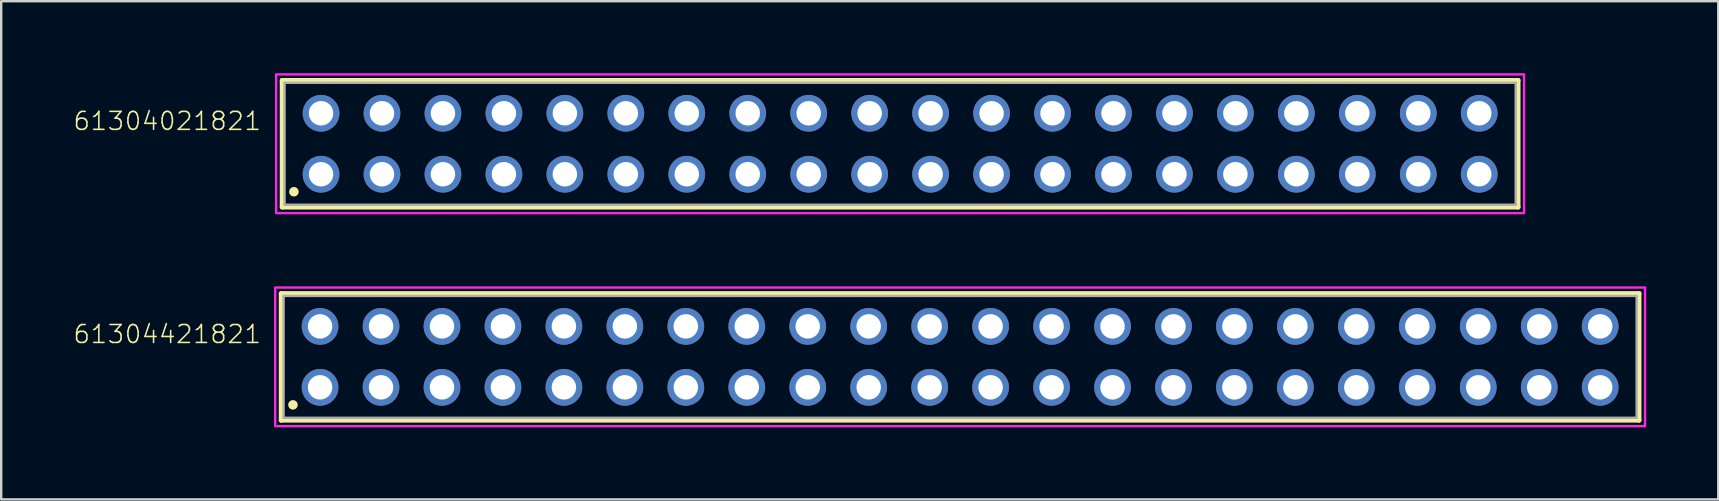
<source format=kicad_pcb>
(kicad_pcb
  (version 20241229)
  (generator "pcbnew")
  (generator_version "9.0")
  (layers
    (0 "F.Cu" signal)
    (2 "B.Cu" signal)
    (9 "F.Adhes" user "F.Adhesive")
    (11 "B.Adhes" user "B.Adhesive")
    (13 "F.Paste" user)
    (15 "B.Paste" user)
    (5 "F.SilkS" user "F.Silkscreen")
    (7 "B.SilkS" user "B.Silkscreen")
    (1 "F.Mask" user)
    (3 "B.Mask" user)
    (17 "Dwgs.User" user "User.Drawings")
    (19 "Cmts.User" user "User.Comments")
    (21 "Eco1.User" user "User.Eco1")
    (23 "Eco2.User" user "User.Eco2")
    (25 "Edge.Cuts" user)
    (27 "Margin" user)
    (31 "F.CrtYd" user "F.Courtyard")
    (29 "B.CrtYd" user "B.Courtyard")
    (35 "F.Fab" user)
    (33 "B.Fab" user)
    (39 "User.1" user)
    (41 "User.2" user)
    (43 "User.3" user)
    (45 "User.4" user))
  (footprint "61304021821"
    (layer "F.Cu")
    (at 34.457 2.94)
    (property "Reference" "61304021821" (at -26.578 -0.506 0) (unlocked yes) (layer "F.SilkS") (effects (font (size 0.748 0.748) (thickness 0.065)) (justify right bottom)))
    (fp_line (start -25.75 -2.64) (end 25.75 -2.64) (stroke (width 0.2) (type solid)) (layer "F.SilkS"))
    (fp_line (start -25.75 2.64) (end -25.75 -2.64) (stroke (width 0.2) (type solid)) (layer "F.SilkS"))
    (fp_line (start 25.75 -2.64) (end 25.75 2.64) (stroke (width 0.2) (type solid)) (layer "F.SilkS"))
    (fp_line (start 25.75 2.64) (end -25.75 2.64) (stroke (width 0.2) (type solid)) (layer "F.SilkS"))
    (fp_circle (center -25.26 2) (end -25.16 2) (stroke (width 0.2) (type solid)) (fill no) (layer "F.SilkS"))
    (fp_poly (pts (xy 26 2.89) (xy -26 2.89) (xy -26 -2.89) (xy 26 -2.89)) (stroke (width 0.1) (type default)) (fill no) (layer "F.CrtYd"))
    (fp_line (start -25.65 -2.54) (end -25.65 2.54) (stroke (width 0.1) (type solid)) (layer "F.Fab"))
    (fp_line (start -25.65 2.54) (end 25.65 2.54) (stroke (width 0.1) (type solid)) (layer "F.Fab"))
    (fp_line (start 25.65 -2.54) (end -25.65 -2.54) (stroke (width 0.1) (type solid)) (layer "F.Fab"))
    (fp_line (start 25.65 2.54) (end 25.65 -2.54) (stroke (width 0.1) (type solid)) (layer "F.Fab"))
    (pad "1" thru_hole circle (at -24.13 1.27) (size 1.53 1.53) (drill 1.02) (layers "*.Cu" "*.Mask"))
    (pad "2" thru_hole circle (at -24.13 -1.27) (size 1.53 1.53) (drill 1.02) (layers "*.Cu" "*.Mask"))
    (pad "3" thru_hole circle (at -21.59 1.27) (size 1.53 1.53) (drill 1.02) (layers "*.Cu" "*.Mask"))
    (pad "4" thru_hole circle (at -21.59 -1.27) (size 1.53 1.53) (drill 1.02) (layers "*.Cu" "*.Mask"))
    (pad "5" thru_hole circle (at -19.05 1.27) (size 1.53 1.53) (drill 1.02) (layers "*.Cu" "*.Mask"))
    (pad "6" thru_hole circle (at -19.05 -1.27) (size 1.53 1.53) (drill 1.02) (layers "*.Cu" "*.Mask"))
    (pad "7" thru_hole circle (at -16.51 1.27) (size 1.53 1.53) (drill 1.02) (layers "*.Cu" "*.Mask"))
    (pad "8" thru_hole circle (at -16.51 -1.27) (size 1.53 1.53) (drill 1.02) (layers "*.Cu" "*.Mask"))
    (pad "9" thru_hole circle (at -13.97 1.27) (size 1.53 1.53) (drill 1.02) (layers "*.Cu" "*.Mask"))
    (pad "10" thru_hole circle (at -13.97 -1.27) (size 1.53 1.53) (drill 1.02) (layers "*.Cu" "*.Mask"))
    (pad "11" thru_hole circle (at -11.43 1.27) (size 1.53 1.53) (drill 1.02) (layers "*.Cu" "*.Mask"))
    (pad "12" thru_hole circle (at -11.43 -1.27) (size 1.53 1.53) (drill 1.02) (layers "*.Cu" "*.Mask"))
    (pad "13" thru_hole circle (at -8.89 1.27) (size 1.53 1.53) (drill 1.02) (layers "*.Cu" "*.Mask"))
    (pad "14" thru_hole circle (at -8.89 -1.27) (size 1.53 1.53) (drill 1.02) (layers "*.Cu" "*.Mask"))
    (pad "15" thru_hole circle (at -6.35 1.27) (size 1.53 1.53) (drill 1.02) (layers "*.Cu" "*.Mask"))
    (pad "16" thru_hole circle (at -6.35 -1.27) (size 1.53 1.53) (drill 1.02) (layers "*.Cu" "*.Mask"))
    (pad "17" thru_hole circle (at -3.81 1.27) (size 1.53 1.53) (drill 1.02) (layers "*.Cu" "*.Mask"))
    (pad "18" thru_hole circle (at -3.81 -1.27) (size 1.53 1.53) (drill 1.02) (layers "*.Cu" "*.Mask"))
    (pad "19" thru_hole circle (at -1.27 1.27) (size 1.53 1.53) (drill 1.02) (layers "*.Cu" "*.Mask"))
    (pad "20" thru_hole circle (at -1.27 -1.27) (size 1.53 1.53) (drill 1.02) (layers "*.Cu" "*.Mask"))
    (pad "21" thru_hole circle (at 1.27 1.27) (size 1.53 1.53) (drill 1.02) (layers "*.Cu" "*.Mask"))
    (pad "22" thru_hole circle (at 1.27 -1.27) (size 1.53 1.53) (drill 1.02) (layers "*.Cu" "*.Mask"))
    (pad "23" thru_hole circle (at 3.81 1.27) (size 1.53 1.53) (drill 1.02) (layers "*.Cu" "*.Mask"))
    (pad "24" thru_hole circle (at 3.81 -1.27) (size 1.53 1.53) (drill 1.02) (layers "*.Cu" "*.Mask"))
    (pad "25" thru_hole circle (at 6.35 1.27) (size 1.53 1.53) (drill 1.02) (layers "*.Cu" "*.Mask"))
    (pad "26" thru_hole circle (at 6.35 -1.27) (size 1.53 1.53) (drill 1.02) (layers "*.Cu" "*.Mask"))
    (pad "27" thru_hole circle (at 8.89 1.27) (size 1.53 1.53) (drill 1.02) (layers "*.Cu" "*.Mask"))
    (pad "28" thru_hole circle (at 8.89 -1.27) (size 1.53 1.53) (drill 1.02) (layers "*.Cu" "*.Mask"))
    (pad "29" thru_hole circle (at 11.43 1.27) (size 1.53 1.53) (drill 1.02) (layers "*.Cu" "*.Mask"))
    (pad "30" thru_hole circle (at 11.43 -1.27) (size 1.53 1.53) (drill 1.02) (layers "*.Cu" "*.Mask"))
    (pad "31" thru_hole circle (at 13.97 1.27) (size 1.53 1.53) (drill 1.02) (layers "*.Cu" "*.Mask"))
    (pad "32" thru_hole circle (at 13.97 -1.27) (size 1.53 1.53) (drill 1.02) (layers "*.Cu" "*.Mask"))
    (pad "33" thru_hole circle (at 16.51 1.27) (size 1.53 1.53) (drill 1.02) (layers "*.Cu" "*.Mask"))
    (pad "34" thru_hole circle (at 16.51 -1.27) (size 1.53 1.53) (drill 1.02) (layers "*.Cu" "*.Mask"))
    (pad "35" thru_hole circle (at 19.05 1.27) (size 1.53 1.53) (drill 1.02) (layers "*.Cu" "*.Mask"))
    (pad "36" thru_hole circle (at 19.05 -1.27) (size 1.53 1.53) (drill 1.02) (layers "*.Cu" "*.Mask"))
    (pad "37" thru_hole circle (at 21.59 1.27) (size 1.53 1.53) (drill 1.02) (layers "*.Cu" "*.Mask"))
    (pad "38" thru_hole circle (at 21.59 -1.27) (size 1.53 1.53) (drill 1.02) (layers "*.Cu" "*.Mask"))
    (pad "39" thru_hole circle (at 24.13 1.27) (size 1.53 1.53) (drill 1.02) (layers "*.Cu" "*.Mask"))
    (pad "40" thru_hole circle (at 24.13 -1.27) (size 1.53 1.53) (drill 1.02) (layers "*.Cu" "*.Mask")))
  (footprint "61304421821"
    (layer "F.Cu")
    (at 36.957 11.82)
    (property "Reference" "61304421821" (at -29.078 -0.506 0) (unlocked yes) (layer "F.SilkS") (effects (font (size 0.748 0.748) (thickness 0.065)) (justify right bottom)))
    (fp_line (start -28.29 -2.64) (end 28.29 -2.64) (stroke (width 0.2) (type solid)) (layer "F.SilkS"))
    (fp_line (start -28.29 2.64) (end -28.29 -2.64) (stroke (width 0.2) (type solid)) (layer "F.SilkS"))
    (fp_line (start 28.29 -2.64) (end 28.29 2.64) (stroke (width 0.2) (type solid)) (layer "F.SilkS"))
    (fp_line (start 28.29 2.64) (end -28.29 2.64) (stroke (width 0.2) (type solid)) (layer "F.SilkS"))
    (fp_circle (center -27.8 2) (end -27.7 2) (stroke (width 0.2) (type solid)) (fill no) (layer "F.SilkS"))
    (fp_poly (pts (xy 28.54 2.89) (xy -28.54 2.89) (xy -28.54 -2.89) (xy 28.54 -2.89)) (stroke (width 0.1) (type default)) (fill no) (layer "F.CrtYd"))
    (fp_line (start -28.19 -2.54) (end -28.19 2.54) (stroke (width 0.1) (type solid)) (layer "F.Fab"))
    (fp_line (start -28.19 2.54) (end 28.19 2.54) (stroke (width 0.1) (type solid)) (layer "F.Fab"))
    (fp_line (start 28.19 -2.54) (end -28.19 -2.54) (stroke (width 0.1) (type solid)) (layer "F.Fab"))
    (fp_line (start 28.19 2.54) (end 28.19 -2.54) (stroke (width 0.1) (type solid)) (layer "F.Fab"))
    (pad "1" thru_hole circle (at -26.67 1.27) (size 1.53 1.53) (drill 1.02) (layers "*.Cu" "*.Mask"))
    (pad "2" thru_hole circle (at -26.67 -1.27) (size 1.53 1.53) (drill 1.02) (layers "*.Cu" "*.Mask"))
    (pad "3" thru_hole circle (at -24.13 1.27) (size 1.53 1.53) (drill 1.02) (layers "*.Cu" "*.Mask"))
    (pad "4" thru_hole circle (at -24.13 -1.27) (size 1.53 1.53) (drill 1.02) (layers "*.Cu" "*.Mask"))
    (pad "5" thru_hole circle (at -21.59 1.27) (size 1.53 1.53) (drill 1.02) (layers "*.Cu" "*.Mask"))
    (pad "6" thru_hole circle (at -21.59 -1.27) (size 1.53 1.53) (drill 1.02) (layers "*.Cu" "*.Mask"))
    (pad "7" thru_hole circle (at -19.05 1.27) (size 1.53 1.53) (drill 1.02) (layers "*.Cu" "*.Mask"))
    (pad "8" thru_hole circle (at -19.05 -1.27) (size 1.53 1.53) (drill 1.02) (layers "*.Cu" "*.Mask"))
    (pad "9" thru_hole circle (at -16.51 1.27) (size 1.53 1.53) (drill 1.02) (layers "*.Cu" "*.Mask"))
    (pad "10" thru_hole circle (at -16.51 -1.27) (size 1.53 1.53) (drill 1.02) (layers "*.Cu" "*.Mask"))
    (pad "11" thru_hole circle (at -13.97 1.27) (size 1.53 1.53) (drill 1.02) (layers "*.Cu" "*.Mask"))
    (pad "12" thru_hole circle (at -13.97 -1.27) (size 1.53 1.53) (drill 1.02) (layers "*.Cu" "*.Mask"))
    (pad "13" thru_hole circle (at -11.43 1.27) (size 1.53 1.53) (drill 1.02) (layers "*.Cu" "*.Mask"))
    (pad "14" thru_hole circle (at -11.43 -1.27) (size 1.53 1.53) (drill 1.02) (layers "*.Cu" "*.Mask"))
    (pad "15" thru_hole circle (at -8.89 1.27) (size 1.53 1.53) (drill 1.02) (layers "*.Cu" "*.Mask"))
    (pad "16" thru_hole circle (at -8.89 -1.27) (size 1.53 1.53) (drill 1.02) (layers "*.Cu" "*.Mask"))
    (pad "17" thru_hole circle (at -6.35 1.27) (size 1.53 1.53) (drill 1.02) (layers "*.Cu" "*.Mask"))
    (pad "18" thru_hole circle (at -6.35 -1.27) (size 1.53 1.53) (drill 1.02) (layers "*.Cu" "*.Mask"))
    (pad "19" thru_hole circle (at -3.81 1.27) (size 1.53 1.53) (drill 1.02) (layers "*.Cu" "*.Mask"))
    (pad "20" thru_hole circle (at -3.81 -1.27) (size 1.53 1.53) (drill 1.02) (layers "*.Cu" "*.Mask"))
    (pad "21" thru_hole circle (at -1.27 1.27) (size 1.53 1.53) (drill 1.02) (layers "*.Cu" "*.Mask"))
    (pad "22" thru_hole circle (at -1.27 -1.27) (size 1.53 1.53) (drill 1.02) (layers "*.Cu" "*.Mask"))
    (pad "23" thru_hole circle (at 1.27 1.27) (size 1.53 1.53) (drill 1.02) (layers "*.Cu" "*.Mask"))
    (pad "24" thru_hole circle (at 1.27 -1.27) (size 1.53 1.53) (drill 1.02) (layers "*.Cu" "*.Mask"))
    (pad "25" thru_hole circle (at 3.81 1.27) (size 1.53 1.53) (drill 1.02) (layers "*.Cu" "*.Mask"))
    (pad "26" thru_hole circle (at 3.81 -1.27) (size 1.53 1.53) (drill 1.02) (layers "*.Cu" "*.Mask"))
    (pad "27" thru_hole circle (at 6.35 1.27) (size 1.53 1.53) (drill 1.02) (layers "*.Cu" "*.Mask"))
    (pad "28" thru_hole circle (at 6.35 -1.27) (size 1.53 1.53) (drill 1.02) (layers "*.Cu" "*.Mask"))
    (pad "29" thru_hole circle (at 8.89 1.27) (size 1.53 1.53) (drill 1.02) (layers "*.Cu" "*.Mask"))
    (pad "30" thru_hole circle (at 8.89 -1.27) (size 1.53 1.53) (drill 1.02) (layers "*.Cu" "*.Mask"))
    (pad "31" thru_hole circle (at 11.43 1.27) (size 1.53 1.53) (drill 1.02) (layers "*.Cu" "*.Mask"))
    (pad "32" thru_hole circle (at 11.43 -1.27) (size 1.53 1.53) (drill 1.02) (layers "*.Cu" "*.Mask"))
    (pad "33" thru_hole circle (at 13.97 1.27) (size 1.53 1.53) (drill 1.02) (layers "*.Cu" "*.Mask"))
    (pad "34" thru_hole circle (at 13.97 -1.27) (size 1.53 1.53) (drill 1.02) (layers "*.Cu" "*.Mask"))
    (pad "35" thru_hole circle (at 16.51 1.27) (size 1.53 1.53) (drill 1.02) (layers "*.Cu" "*.Mask"))
    (pad "36" thru_hole circle (at 16.51 -1.27) (size 1.53 1.53) (drill 1.02) (layers "*.Cu" "*.Mask"))
    (pad "37" thru_hole circle (at 19.05 1.27) (size 1.53 1.53) (drill 1.02) (layers "*.Cu" "*.Mask"))
    (pad "38" thru_hole circle (at 19.05 -1.27) (size 1.53 1.53) (drill 1.02) (layers "*.Cu" "*.Mask"))
    (pad "39" thru_hole circle (at 21.59 1.27) (size 1.53 1.53) (drill 1.02) (layers "*.Cu" "*.Mask"))
    (pad "40" thru_hole circle (at 21.59 -1.27) (size 1.53 1.53) (drill 1.02) (layers "*.Cu" "*.Mask"))
    (pad "41" thru_hole circle (at 24.13 1.27) (size 1.53 1.53) (drill 1.02) (layers "*.Cu" "*.Mask"))
    (pad "42" thru_hole circle (at 24.13 -1.27) (size 1.53 1.53) (drill 1.02) (layers "*.Cu" "*.Mask"))
    (pad "43" thru_hole circle (at 26.67 1.27) (size 1.53 1.53) (drill 1.02) (layers "*.Cu" "*.Mask"))
    (pad "44" thru_hole circle (at 26.67 -1.27) (size 1.53 1.53) (drill 1.02) (layers "*.Cu" "*.Mask")))
  (gr_rect
    (start -3 -3)
    (end 68.547 17.76)
    (stroke (width 0.1) (type default))
    (fill no)
    (layer "Edge.Cuts")))
</source>
